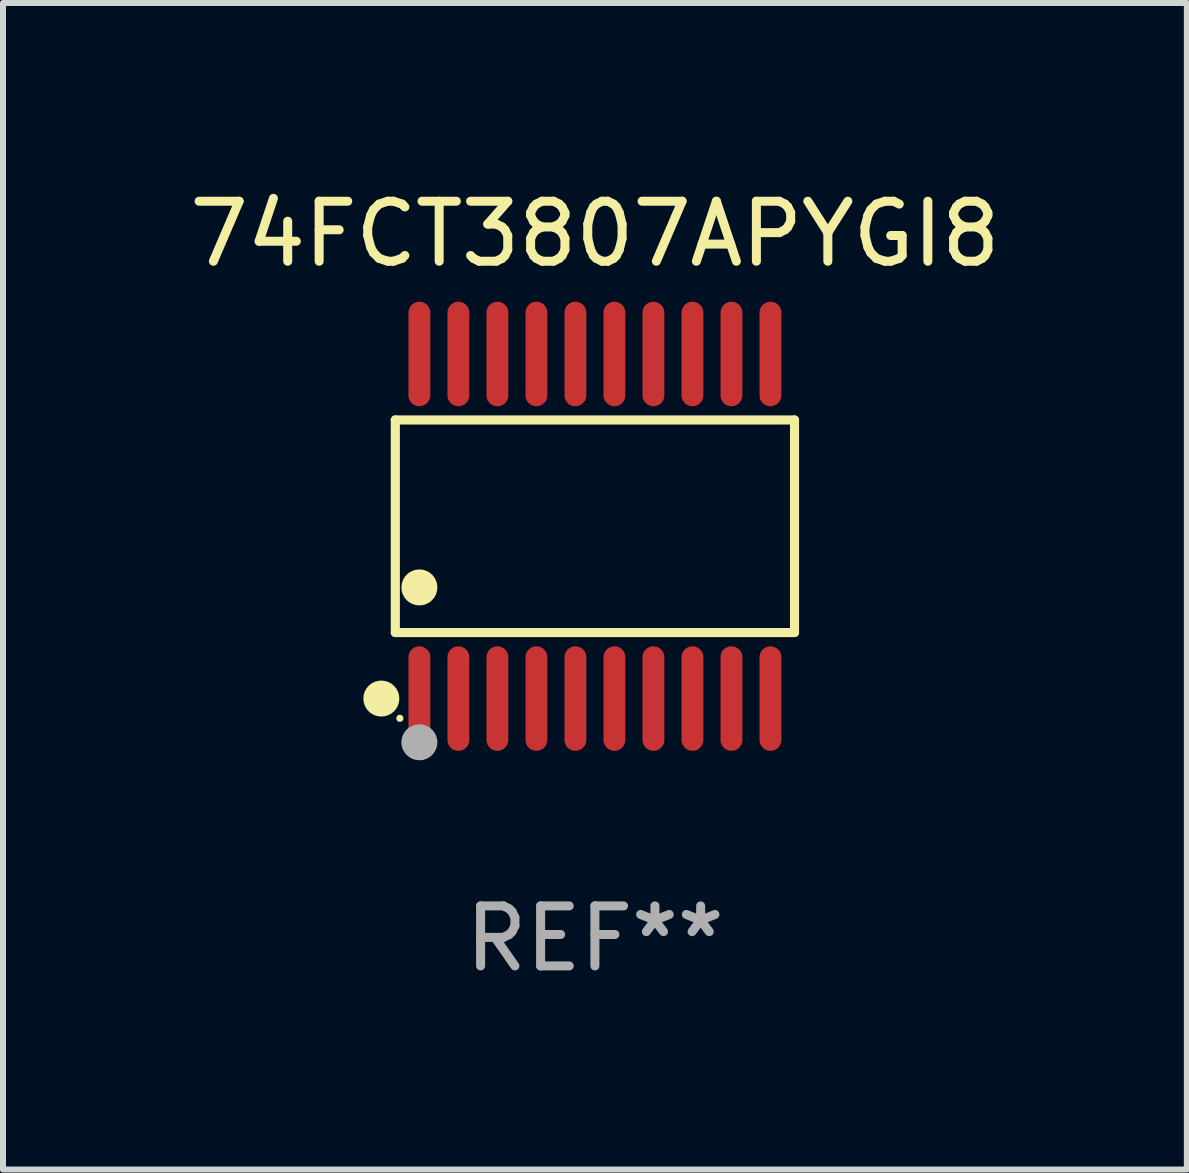
<source format=kicad_pcb>
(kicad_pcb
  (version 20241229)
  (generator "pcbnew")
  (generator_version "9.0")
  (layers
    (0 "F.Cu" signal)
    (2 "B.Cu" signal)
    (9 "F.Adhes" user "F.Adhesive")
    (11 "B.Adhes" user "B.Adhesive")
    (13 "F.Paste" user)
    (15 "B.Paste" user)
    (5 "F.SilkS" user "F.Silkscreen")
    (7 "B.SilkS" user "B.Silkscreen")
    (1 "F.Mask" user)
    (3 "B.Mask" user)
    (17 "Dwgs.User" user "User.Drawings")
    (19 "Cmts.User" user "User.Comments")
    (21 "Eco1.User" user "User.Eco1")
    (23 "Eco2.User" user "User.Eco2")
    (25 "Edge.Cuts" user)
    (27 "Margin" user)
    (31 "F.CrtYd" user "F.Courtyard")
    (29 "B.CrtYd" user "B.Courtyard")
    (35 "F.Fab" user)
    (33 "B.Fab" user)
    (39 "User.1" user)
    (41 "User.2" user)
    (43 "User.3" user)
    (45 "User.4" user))
  (footprint "74FCT3807APYGI8"
    (layer "F.Cu")
    (at 6.863 5.719)
    (property "Reference" "74FCT3807APYGI8" (at 0 -4.871 0) (layer "F.SilkS") (effects (font (size 1 1) (thickness 0.15))))
    (attr through_hole)
    (fp_line (start -3.326 -1.771) (end 3.326 -1.771) (stroke (width 0.152) (type solid)) (layer "F.SilkS"))
    (fp_line (start -3.326 1.771) (end -3.326 -1.771) (stroke (width 0.152) (type solid)) (layer "F.SilkS"))
    (fp_line (start 3.326 -1.771) (end 3.326 1.771) (stroke (width 0.152) (type solid)) (layer "F.SilkS"))
    (fp_line (start 3.326 1.771) (end -3.326 1.771) (stroke (width 0.152) (type solid)) (layer "F.SilkS"))
    (fp_circle (center -3.559 2.871) (end -3.409 2.871) (stroke (width 0.3) (type solid)) (fill no) (layer "F.SilkS"))
    (fp_circle (center -3.25 3.2) (end -3.22 3.2) (stroke (width 0.06) (type solid)) (fill no) (layer "F.SilkS"))
    (fp_circle (center -2.925 1.019) (end -2.775 1.019) (stroke (width 0.3) (type solid)) (fill no) (layer "F.SilkS"))
    (fp_circle (center -2.925 3.6) (end -2.775 3.6) (stroke (width 0.3) (type solid)) (fill no) (layer "F.Fab"))
    (fp_text user "REF**" (at 0 6.871 0) (layer "F.Fab") (effects (font (size 1 1) (thickness 0.15))))
    (pad "1" smd oval (at -2.925 2.871) (size 0.364 1.742) (layers "F.Cu" "F.Mask" "F.Paste"))
    (pad "2" smd oval (at -2.275 2.871) (size 0.364 1.742) (layers "F.Cu" "F.Mask" "F.Paste"))
    (pad "3" smd oval (at -1.625 2.871) (size 0.364 1.742) (layers "F.Cu" "F.Mask" "F.Paste"))
    (pad "4" smd oval (at -0.975 2.871) (size 0.364 1.742) (layers "F.Cu" "F.Mask" "F.Paste"))
    (pad "5" smd oval (at -0.325 2.871) (size 0.364 1.742) (layers "F.Cu" "F.Mask" "F.Paste"))
    (pad "6" smd oval (at 0.325 2.871) (size 0.364 1.742) (layers "F.Cu" "F.Mask" "F.Paste"))
    (pad "7" smd oval (at 0.975 2.871) (size 0.364 1.742) (layers "F.Cu" "F.Mask" "F.Paste"))
    (pad "8" smd oval (at 1.625 2.871) (size 0.364 1.742) (layers "F.Cu" "F.Mask" "F.Paste"))
    (pad "9" smd oval (at 2.275 2.871) (size 0.364 1.742) (layers "F.Cu" "F.Mask" "F.Paste"))
    (pad "10" smd oval (at 2.925 2.871) (size 0.364 1.742) (layers "F.Cu" "F.Mask" "F.Paste"))
    (pad "11" smd oval (at 2.925 -2.871) (size 0.364 1.742) (layers "F.Cu" "F.Mask" "F.Paste"))
    (pad "12" smd oval (at 2.275 -2.871) (size 0.364 1.742) (layers "F.Cu" "F.Mask" "F.Paste"))
    (pad "13" smd oval (at 1.625 -2.871) (size 0.364 1.742) (layers "F.Cu" "F.Mask" "F.Paste"))
    (pad "14" smd oval (at 0.975 -2.871) (size 0.364 1.742) (layers "F.Cu" "F.Mask" "F.Paste"))
    (pad "15" smd oval (at 0.325 -2.871) (size 0.364 1.742) (layers "F.Cu" "F.Mask" "F.Paste"))
    (pad "16" smd oval (at -0.325 -2.871) (size 0.364 1.742) (layers "F.Cu" "F.Mask" "F.Paste"))
    (pad "17" smd oval (at -0.975 -2.871) (size 0.364 1.742) (layers "F.Cu" "F.Mask" "F.Paste"))
    (pad "18" smd oval (at -1.625 -2.871) (size 0.364 1.742) (layers "F.Cu" "F.Mask" "F.Paste"))
    (pad "19" smd oval (at -2.275 -2.871) (size 0.364 1.742) (layers "F.Cu" "F.Mask" "F.Paste"))
    (pad "20" smd oval (at -2.925 -2.871) (size 0.364 1.742) (layers "F.Cu" "F.Mask" "F.Paste")))
  (gr_rect
    (start -3 -3)
    (end 16.726 16.438)
    (stroke (width 0.1) (type default))
    (fill no)
    (layer "Edge.Cuts")))
</source>
